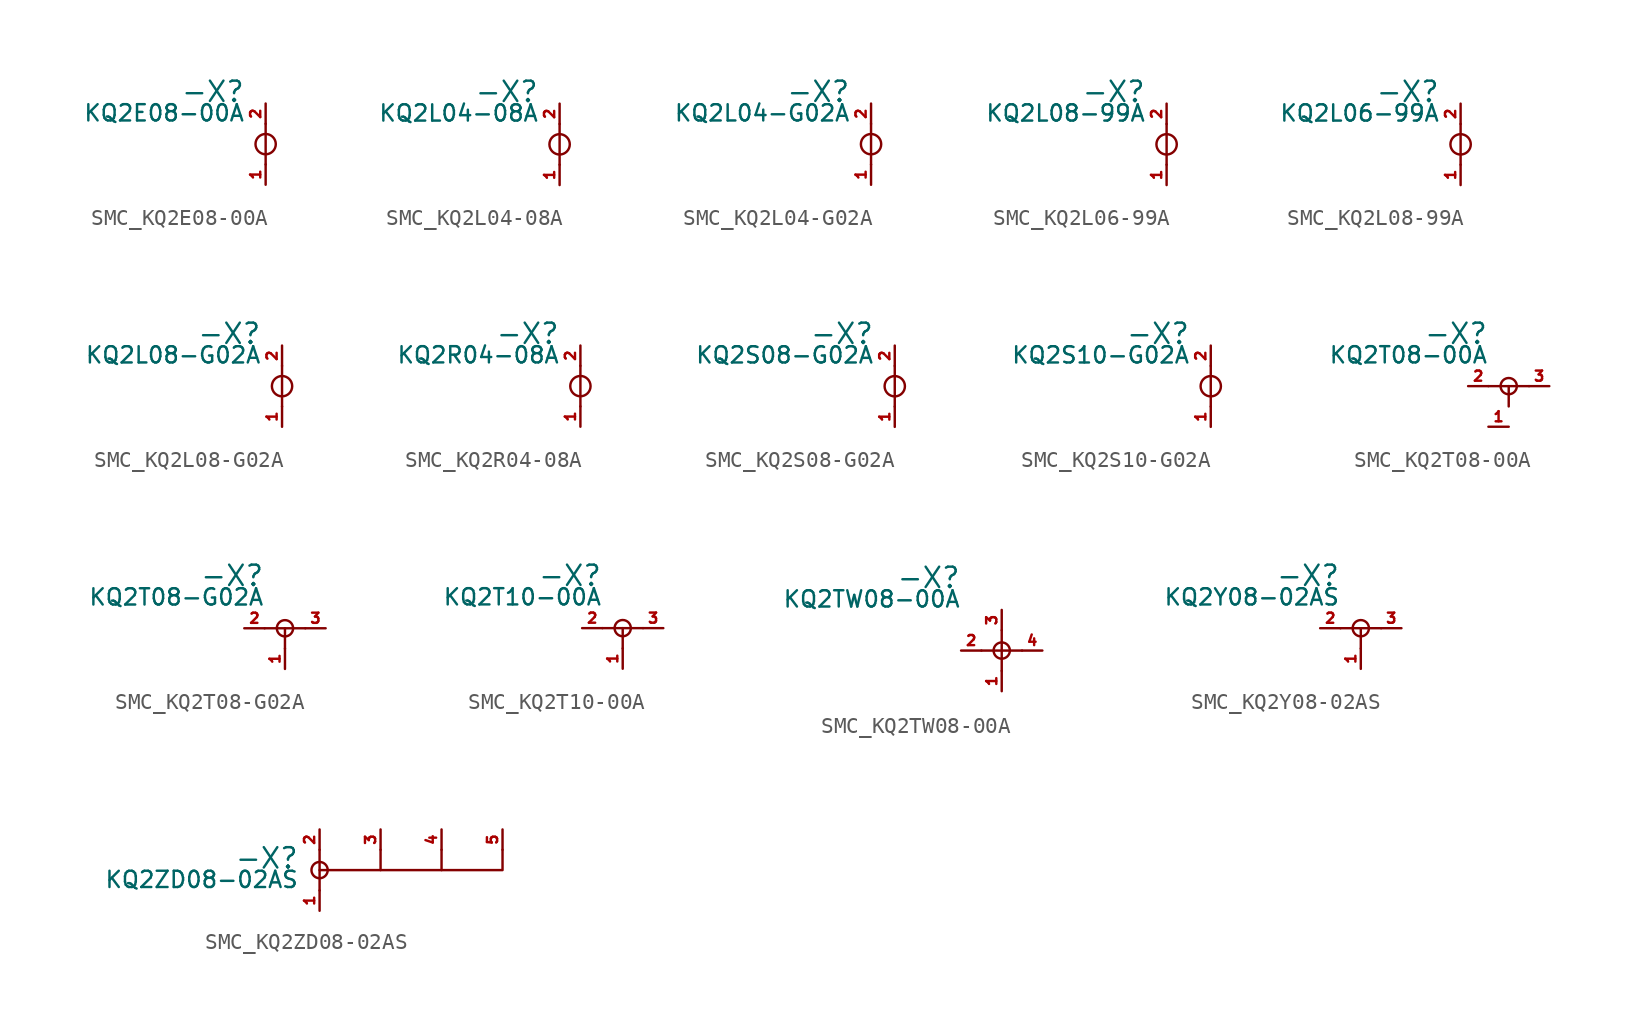
<source format=kicad_sym>
(kicad_symbol_lib
  (version 20231120)
  (generator "kicad_symbol_editor")
  (generator_version "8.0")
  (symbol "SMC_KQ2E08-00A"
    (pin_names hide)
    (property "Reference" "-X"
      (at -1.27 2.54 0)
      (effects (font (size 1.27 1.27)) (justify right bottom)))
    (property "Value" "${PartNo}"
      (at -1.27 2.54 0)
      (effects (font (size 1.016 1.016)) (justify right top)))
    (property "PartNo" "KQ2E08-00A"
      (at -1.27 2.54 0)
      (effects (font (size 1.016 1.016)) (justify right top) (hide yes)))
    (symbol "SMC_KQ2E08-00A_0_1"
      (polyline (pts (xy 0 1.27) (xy 0 -1.27)) (stroke (width 0) (type default)) (fill (type none)))
      (circle (center 0 0) (radius 0.635) (stroke (width 0) (type default)) (fill (type none))))
    (symbol "SMC_KQ2E08-00A_1_1"
      (pin passive line (at 0 -2.54 90) (length 1.27) (name "1" (effects (font (size 1.27 1.27)))) (number "1" (effects (font (size 0.635 0.635)))))
      (pin passive line (at 0 2.54 270) (length 1.27) (name "2" (effects (font (size 1.27 1.27)))) (number "2" (effects (font (size 0.635 0.635)))))))
  (symbol "SMC_KQ2L04-08A"
    (pin_names hide)
    (property "Reference" "-X"
      (at -1.27 2.54 0)
      (effects (font (size 1.27 1.27)) (justify right bottom)))
    (property "Value" "${PartNo}"
      (at -1.27 2.54 0)
      (effects (font (size 1.016 1.016)) (justify right top)))
    (property "PartNo" "KQ2L04-08A"
      (at -1.27 2.54 0)
      (effects (font (size 1.016 1.016)) (justify right top) (hide yes)))
    (symbol "SMC_KQ2L04-08A_0_1"
      (polyline (pts (xy 0 -1.27) (xy 0 0) (xy 0 1.27)) (stroke (width 0) (type default)) (fill (type none)))
      (circle (center 0 0) (radius 0.635) (stroke (width 0) (type default)) (fill (type none))))
    (symbol "SMC_KQ2L04-08A_1_1"
      (pin passive line (at 0 -2.54 90) (length 1.27) (name "1" (effects (font (size 1.27 1.27)))) (number "1" (effects (font (size 0.635 0.635)))))
      (pin passive line (at 0 2.54 270) (length 1.27) (name "2" (effects (font (size 1.27 1.27)))) (number "2" (effects (font (size 0.635 0.635)))))))
  (symbol "SMC_KQ2L04-G02A"
    (pin_names hide)
    (property "Reference" "-X"
      (at -1.27 2.54 0)
      (effects (font (size 1.27 1.27)) (justify right bottom)))
    (property "Value" "${PartNo}"
      (at -1.27 2.54 0)
      (effects (font (size 1.016 1.016)) (justify right top)))
    (property "PartNo" "KQ2L04-G02A"
      (at -1.27 2.54 0)
      (effects (font (size 1.016 1.016)) (justify right top) (hide yes)))
    (symbol "SMC_KQ2L04-G02A_0_1"
      (polyline (pts (xy 0 1.27) (xy 0 -1.27)) (stroke (width 0) (type default)) (fill (type none)))
      (circle (center 0 0) (radius 0.635) (stroke (width 0) (type default)) (fill (type none))))
    (symbol "SMC_KQ2L04-G02A_1_1"
      (pin passive line (at 0 -2.54 90) (length 1.27) (name "1" (effects (font (size 1.27 1.27)))) (number "1" (effects (font (size 0.635 0.635)))))
      (pin passive line (at 0 2.54 270) (length 1.27) (name "2" (effects (font (size 1.27 1.27)))) (number "2" (effects (font (size 0.635 0.635)))))))
  (symbol "SMC_KQ2L06-99A"
    (pin_names hide)
    (property "Reference" "-X"
      (at -1.27 2.54 0)
      (effects (font (size 1.27 1.27)) (justify right bottom)))
    (property "Value" "${PartNo}"
      (at -1.27 2.54 0)
      (effects (font (size 1.016 1.016)) (justify right top)))
    (property "PartNo" "KQ2L08-99A"
      (at -1.27 2.54 0)
      (effects (font (size 1.016 1.016)) (justify right top) (hide yes)))
    (symbol "SMC_KQ2L06-99A_0_1"
      (polyline (pts (xy 0 -1.27) (xy 0 0) (xy 0 1.27)) (stroke (width 0) (type default)) (fill (type none)))
      (circle (center 0 0) (radius 0.635) (stroke (width 0) (type default)) (fill (type none))))
    (symbol "SMC_KQ2L06-99A_1_1"
      (pin passive line (at 0 -2.54 90) (length 1.27) (name "1" (effects (font (size 1.27 1.27)))) (number "1" (effects (font (size 0.635 0.635)))))
      (pin passive line (at 0 2.54 270) (length 1.27) (name "2" (effects (font (size 1.27 1.27)))) (number "2" (effects (font (size 0.635 0.635)))))))
  (symbol "SMC_KQ2L08-99A"
    (pin_names hide)
    (property "Reference" "-X"
      (at -1.27 2.54 0)
      (effects (font (size 1.27 1.27)) (justify right bottom)))
    (property "Value" "${PartNo}"
      (at -1.27 2.54 0)
      (effects (font (size 1.016 1.016)) (justify right top)))
    (property "PartNo" "KQ2L06-99A"
      (at -1.27 2.54 0)
      (effects (font (size 1.016 1.016)) (justify right top) (hide yes)))
    (symbol "SMC_KQ2L08-99A_0_1"
      (polyline (pts (xy 0 -1.27) (xy 0 0) (xy 0 1.27)) (stroke (width 0) (type default)) (fill (type none)))
      (circle (center 0 0) (radius 0.635) (stroke (width 0) (type default)) (fill (type none))))
    (symbol "SMC_KQ2L08-99A_1_1"
      (pin passive line (at 0 -2.54 90) (length 1.27) (name "1" (effects (font (size 1.27 1.27)))) (number "1" (effects (font (size 0.635 0.635)))))
      (pin passive line (at 0 2.54 270) (length 1.27) (name "2" (effects (font (size 1.27 1.27)))) (number "2" (effects (font (size 0.635 0.635)))))))
  (symbol "SMC_KQ2L08-G02A"
    (pin_names hide)
    (property "Reference" "-X"
      (at -1.27 2.54 0)
      (effects (font (size 1.27 1.27)) (justify right bottom)))
    (property "Value" "${PartNo}"
      (at -1.27 2.54 0)
      (effects (font (size 1.016 1.016)) (justify right top)))
    (property "PartNo" "KQ2L08-G02A"
      (at -1.27 2.54 0)
      (effects (font (size 1.016 1.016)) (justify right top) (hide yes)))
    (symbol "SMC_KQ2L08-G02A_0_1"
      (polyline (pts (xy 0 1.27) (xy 0 -1.27)) (stroke (width 0) (type default)) (fill (type none)))
      (circle (center 0 0) (radius 0.635) (stroke (width 0) (type default)) (fill (type none))))
    (symbol "SMC_KQ2L08-G02A_1_1"
      (pin passive line (at 0 -2.54 90) (length 1.27) (name "1" (effects (font (size 1.27 1.27)))) (number "1" (effects (font (size 0.635 0.635)))))
      (pin passive line (at 0 2.54 270) (length 1.27) (name "2" (effects (font (size 1.27 1.27)))) (number "2" (effects (font (size 0.635 0.635)))))))
  (symbol "SMC_KQ2R04-08A"
    (pin_names hide)
    (property "Reference" "-X"
      (at -1.27 2.54 0)
      (effects (font (size 1.27 1.27)) (justify right bottom)))
    (property "Value" "${PartNo}"
      (at -1.27 2.54 0)
      (effects (font (size 1.016 1.016)) (justify right top)))
    (property "PartNo" "KQ2R04-08A"
      (at -1.27 2.54 0)
      (effects (font (size 1.016 1.016)) (justify right top) (hide yes)))
    (symbol "SMC_KQ2R04-08A_0_1"
      (polyline (pts (xy 0 1.27) (xy 0 -1.27)) (stroke (width 0) (type default)) (fill (type none)))
      (circle (center 0 0) (radius 0.635) (stroke (width 0) (type default)) (fill (type none))))
    (symbol "SMC_KQ2R04-08A_1_1"
      (pin passive line (at 0 -2.54 90) (length 1.27) (name "1" (effects (font (size 1.27 1.27)))) (number "1" (effects (font (size 0.635 0.635)))))
      (pin passive line (at 0 2.54 270) (length 1.27) (name "2" (effects (font (size 1.27 1.27)))) (number "2" (effects (font (size 0.635 0.635)))))))
  (symbol "SMC_KQ2S08-G02A"
    (pin_names hide)
    (property "Reference" "-X"
      (at -1.27 2.54 0)
      (effects (font (size 1.27 1.27)) (justify right bottom)))
    (property "Value" "${PartNo}"
      (at -1.27 2.54 0)
      (effects (font (size 1.016 1.016)) (justify right top)))
    (property "PartNo" "KQ2S08-G02A"
      (at -1.27 2.54 0)
      (effects (font (size 1.016 1.016)) (justify right top) (hide yes)))
    (symbol "SMC_KQ2S08-G02A_0_1"
      (polyline (pts (xy 0 1.27) (xy 0 -1.27)) (stroke (width 0) (type default)) (fill (type none)))
      (circle (center 0 0) (radius 0.635) (stroke (width 0) (type default)) (fill (type none))))
    (symbol "SMC_KQ2S08-G02A_1_1"
      (pin passive line (at 0 -2.54 90) (length 1.27) (name "1" (effects (font (size 1.27 1.27)))) (number "1" (effects (font (size 0.635 0.635)))))
      (pin passive line (at 0 2.54 270) (length 1.27) (name "2" (effects (font (size 1.27 1.27)))) (number "2" (effects (font (size 0.635 0.635)))))))
  (symbol "SMC_KQ2S10-G02A"
    (pin_names hide)
    (property "Reference" "-X"
      (at -1.27 2.54 0)
      (effects (font (size 1.27 1.27)) (justify right bottom)))
    (property "Value" "${PartNo}"
      (at -1.27 2.54 0)
      (effects (font (size 1.016 1.016)) (justify right top)))
    (property "PartNo" "KQ2S10-G02A"
      (at -1.27 2.54 0)
      (effects (font (size 1.016 1.016)) (justify right top) (hide yes)))
    (symbol "SMC_KQ2S10-G02A_0_1"
      (polyline (pts (xy 0 1.27) (xy 0 -1.27)) (stroke (width 0) (type default)) (fill (type none)))
      (circle (center 0 0) (radius 0.635) (stroke (width 0) (type default)) (fill (type none))))
    (symbol "SMC_KQ2S10-G02A_1_1"
      (pin passive line (at 0 -2.54 90) (length 1.27) (name "1" (effects (font (size 1.27 1.27)))) (number "1" (effects (font (size 0.635 0.635)))))
      (pin passive line (at 0 2.54 270) (length 1.27) (name "2" (effects (font (size 1.27 1.27)))) (number "2" (effects (font (size 0.635 0.635)))))))
  (symbol "SMC_KQ2T08-00A"
    (pin_names
      (offset 0) hide)
    (property "Reference" "-X"
      (at -1.27 2.54 0)
      (effects (font (size 1.27 1.27)) (justify right bottom)))
    (property "Value" "${PartNo}"
      (at -1.27 2.54 0)
      (effects (font (size 1.016 1.016)) (justify right top)))
    (property "PartNo" "KQ2T08-00A"
      (at -1.27 2.54 0)
      (effects (font (size 1.016 1.016)) (justify right top) (hide yes)))
    (symbol "SMC_KQ2T08-00A_0_1"
      (polyline (pts (xy -1.27 0) (xy 1.27 0)) (stroke (width 0) (type default)) (fill (type none)))
      (polyline (pts (xy 0 0) (xy 0 -1.27)) (stroke (width 0) (type default)) (fill (type none))))
    (symbol "SMC_KQ2T08-00A_1_1"
      (circle (center 0 0) (radius 0.508) (stroke (width 0) (type default)) (fill (type none)))
      (pin passive line (at 0 -2.54 180) (length 1.27) (name "1" (effects (font (size 1.27 1.27)))) (number "1" (effects (font (size 0.635 0.635)))))
      (pin passive line (at -2.54 0 0) (length 1.27) (name "2" (effects (font (size 1.27 1.27)))) (number "2" (effects (font (size 0.635 0.635)))))
      (pin passive line (at 2.54 0 180) (length 1.27) (name "3" (effects (font (size 1.27 1.27)))) (number "3" (effects (font (size 0.635 0.635)))))))
  (symbol "SMC_KQ2T08-G02A"
    (pin_names
      (offset 0) hide)
    (property "Reference" "-X"
      (at -1.27 2.54 0)
      (effects (font (size 1.27 1.27)) (justify right bottom)))
    (property "Value" "${PartNo}"
      (at -1.27 2.54 0)
      (effects (font (size 1.016 1.016)) (justify right top)))
    (property "PartNo" "KQ2T08-G02A"
      (at -1.27 2.54 0)
      (effects (font (size 1.016 1.016)) (justify right top) (hide yes)))
    (symbol "SMC_KQ2T08-G02A_0_1"
      (polyline (pts (xy -1.27 0) (xy 1.27 0)) (stroke (width 0) (type default)) (fill (type none)))
      (polyline (pts (xy 0 0) (xy 0 -1.27)) (stroke (width 0) (type default)) (fill (type none))))
    (symbol "SMC_KQ2T08-G02A_1_1"
      (circle (center 0 0) (radius 0.508) (stroke (width 0) (type default)) (fill (type none)))
      (pin passive line (at 0 -2.54 90) (length 1.27) (name "1" (effects (font (size 1.27 1.27)))) (number "1" (effects (font (size 0.635 0.635)))))
      (pin passive line (at -2.54 0 0) (length 1.27) (name "2" (effects (font (size 1.27 1.27)))) (number "2" (effects (font (size 0.635 0.635)))))
      (pin passive line (at 2.54 0 180) (length 1.27) (name "3" (effects (font (size 1.27 1.27)))) (number "3" (effects (font (size 0.635 0.635)))))))
  (symbol "SMC_KQ2T10-00A"
    (pin_names
      (offset 0) hide)
    (property "Reference" "-X"
      (at -1.27 2.54 0)
      (effects (font (size 1.27 1.27)) (justify right bottom)))
    (property "Value" "${PartNo}"
      (at -1.27 2.54 0)
      (effects (font (size 1.016 1.016)) (justify right top)))
    (property "PartNo" "KQ2T10-00A"
      (at -1.27 2.54 0)
      (effects (font (size 1.016 1.016)) (justify right top) (hide yes)))
    (symbol "SMC_KQ2T10-00A_0_1"
      (polyline (pts (xy -1.27 0) (xy 1.27 0)) (stroke (width 0) (type default)) (fill (type none)))
      (polyline (pts (xy 0 0) (xy 0 -1.27)) (stroke (width 0) (type default)) (fill (type none))))
    (symbol "SMC_KQ2T10-00A_1_1"
      (circle (center 0 0) (radius 0.508) (stroke (width 0) (type default)) (fill (type none)))
      (pin passive line (at 0 -2.54 90) (length 1.27) (name "1" (effects (font (size 1.27 1.27)))) (number "1" (effects (font (size 0.635 0.635)))))
      (pin passive line (at -2.54 0 0) (length 1.27) (name "2" (effects (font (size 1.27 1.27)))) (number "2" (effects (font (size 0.635 0.635)))))
      (pin passive line (at 2.54 0 180) (length 1.27) (name "3" (effects (font (size 1.27 1.27)))) (number "3" (effects (font (size 0.635 0.635)))))))
  (symbol "SMC_KQ2TW08-00A"
    (pin_names
      (offset 0) hide)
    (property "Reference" "-X"
      (at -2.54 3.81 0)
      (effects (font (size 1.27 1.27)) (justify right bottom)))
    (property "Value" "${PartNo}"
      (at -2.54 3.81 0)
      (effects (font (size 1.016 1.016)) (justify right top)))
    (property "PartNo" "KQ2TW08-00A"
      (at -2.54 3.81 0)
      (effects (font (size 1.016 1.016)) (justify right top) (hide yes)))
    (symbol "SMC_KQ2TW08-00A_0_1"
      (polyline (pts (xy -1.27 0) (xy 1.27 0)) (stroke (width 0) (type default)) (fill (type none)))
      (polyline (pts (xy 0 1.27) (xy 0 -1.27)) (stroke (width 0) (type default)) (fill (type none))))
    (symbol "SMC_KQ2TW08-00A_1_1"
      (circle (center 0 0) (radius 0.508) (stroke (width 0) (type default)) (fill (type none)))
      (pin passive line (at 0 -2.54 90) (length 1.27) (name "1" (effects (font (size 1.27 1.27)))) (number "1" (effects (font (size 0.635 0.635)))))
      (pin passive line (at -2.54 0 0) (length 1.27) (name "2" (effects (font (size 1.27 1.27)))) (number "2" (effects (font (size 0.635 0.635)))))
      (pin passive line (at 0 2.54 270) (length 1.27) (name "3" (effects (font (size 1.27 1.27)))) (number "3" (effects (font (size 0.635 0.635)))))
      (pin passive line (at 2.54 0 180) (length 1.27) (name "4" (effects (font (size 1.27 1.27)))) (number "4" (effects (font (size 0.635 0.635)))))))
  (symbol "SMC_KQ2Y08-02AS"
    (pin_names
      (offset 0) hide)
    (property "Reference" "-X"
      (at -1.27 2.54 0)
      (effects (font (size 1.27 1.27)) (justify right bottom)))
    (property "Value" "${PartNo}"
      (at -1.27 2.54 0)
      (effects (font (size 1.016 1.016)) (justify right top)))
    (property "PartNo" "KQ2Y08-02AS"
      (at -1.27 2.54 0)
      (effects (font (size 1.016 1.016)) (justify right top) (hide yes)))
    (symbol "SMC_KQ2Y08-02AS_0_1"
      (polyline (pts (xy -1.27 0) (xy 1.27 0)) (stroke (width 0) (type default)) (fill (type none)))
      (polyline (pts (xy 0 0) (xy 0 -1.27)) (stroke (width 0) (type default)) (fill (type none))))
    (symbol "SMC_KQ2Y08-02AS_1_1"
      (circle (center 0 0) (radius 0.508) (stroke (width 0) (type default)) (fill (type none)))
      (pin passive line (at 0 -2.54 90) (length 1.27) (name "1" (effects (font (size 1.27 1.27)))) (number "1" (effects (font (size 0.635 0.635)))))
      (pin passive line (at -2.54 0 0) (length 1.27) (name "2" (effects (font (size 1.27 1.27)))) (number "2" (effects (font (size 0.635 0.635)))))
      (pin passive line (at 2.54 0 180) (length 1.27) (name "3" (effects (font (size 1.27 1.27)))) (number "3" (effects (font (size 0.635 0.635)))))))
  (symbol "SMC_KQ2ZD08-02AS"
    (pin_names
      (offset 0) hide)
    (property "Reference" "-X"
      (at -1.27 0 0)
      (effects (font (size 1.27 1.27)) (justify right bottom)))
    (property "Value" "${PartNo}"
      (at -1.27 0 0)
      (effects (font (size 1.016 1.016)) (justify right top)))
    (property "PartNo" "KQ2ZD08-02AS"
      (at -1.27 0 0)
      (effects (font (size 1.016 1.016)) (justify right top) (hide yes)))
    (symbol "SMC_KQ2ZD08-02AS_0_1"
      (polyline (pts (xy 3.81 0) (xy 3.81 1.27)) (stroke (width 0) (type default)) (fill (type none)))
      (polyline (pts (xy 7.62 0) (xy 7.62 1.27)) (stroke (width 0) (type default)) (fill (type none))))
    (symbol "SMC_KQ2ZD08-02AS_1_1"
      (polyline (pts (xy 0 0) (xy 0 -1.27)) (stroke (width 0) (type default)) (fill (type none)))
      (polyline (pts (xy 0 1.27) (xy 0 0) (xy 11.43 0) (xy 11.43 1.27)) (stroke (width 0) (type default)) (fill (type none)))
      (circle (center 0 0) (radius 0.508) (stroke (width 0) (type default)) (fill (type none)))
      (pin passive line (at 0 -2.54 90) (length 1.27) (name "1" (effects (font (size 1.27 1.27)))) (number "1" (effects (font (size 0.635 0.635)))))
      (pin passive line (at 0 2.54 270) (length 1.27) (name "2" (effects (font (size 1.27 1.27)))) (number "2" (effects (font (size 0.635 0.635)))))
      (pin passive line (at 3.81 2.54 270) (length 1.27) (name "3" (effects (font (size 1.27 1.27)))) (number "3" (effects (font (size 0.635 0.635)))))
      (pin passive line (at 7.62 2.54 270) (length 1.27) (name "4" (effects (font (size 1.27 1.27)))) (number "4" (effects (font (size 0.635 0.635)))))
      (pin passive line (at 11.43 2.54 270) (length 1.27) (name "5" (effects (font (size 1.27 1.27)))) (number "5" (effects (font (size 0.635 0.635))))))))
</source>
